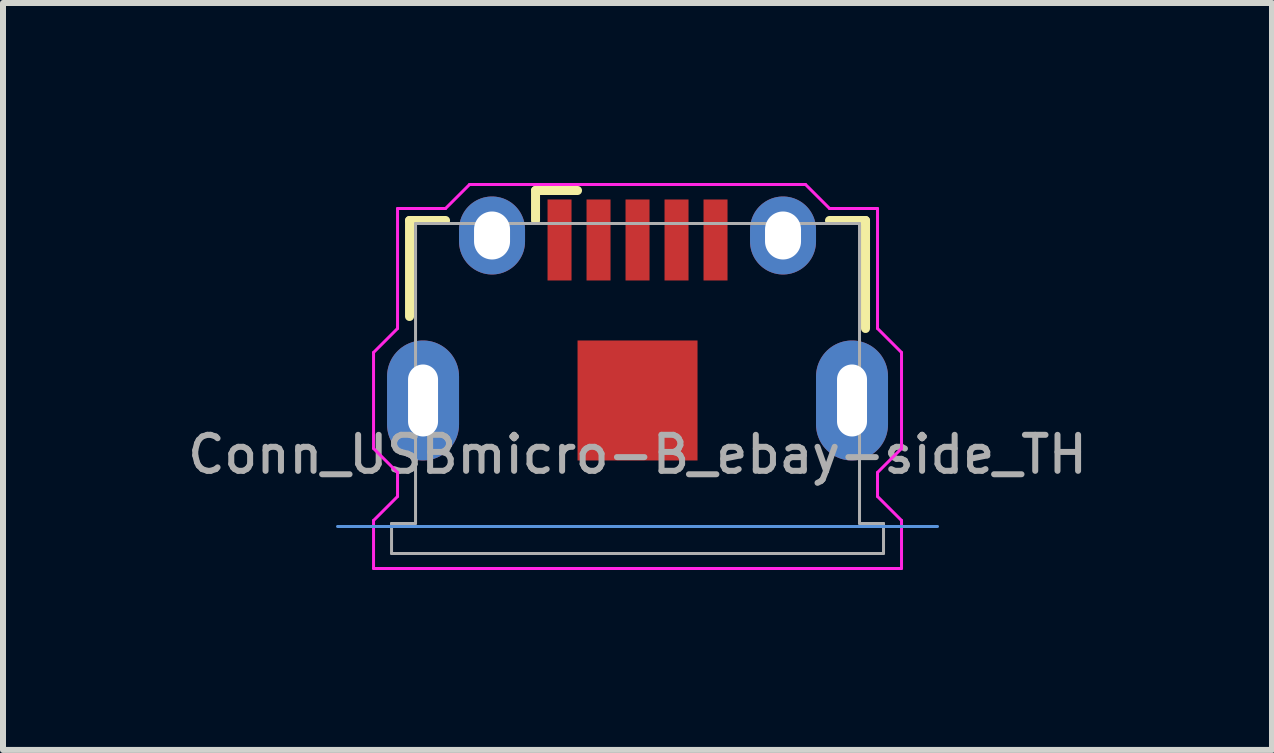
<source format=kicad_pcb>
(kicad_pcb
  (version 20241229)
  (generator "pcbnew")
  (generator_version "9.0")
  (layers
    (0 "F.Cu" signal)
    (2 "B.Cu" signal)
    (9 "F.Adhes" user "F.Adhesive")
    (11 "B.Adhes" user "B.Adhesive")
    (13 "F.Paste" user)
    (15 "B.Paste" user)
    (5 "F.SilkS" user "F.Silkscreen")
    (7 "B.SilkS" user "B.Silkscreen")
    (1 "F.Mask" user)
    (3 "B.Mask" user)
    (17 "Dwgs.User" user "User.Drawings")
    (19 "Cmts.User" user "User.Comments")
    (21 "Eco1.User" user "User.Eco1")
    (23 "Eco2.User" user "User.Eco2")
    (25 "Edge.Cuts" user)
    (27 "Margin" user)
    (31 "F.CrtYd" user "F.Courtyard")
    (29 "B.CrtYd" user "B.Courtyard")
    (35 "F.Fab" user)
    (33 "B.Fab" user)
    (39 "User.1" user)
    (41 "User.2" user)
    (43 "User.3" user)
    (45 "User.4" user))
  (footprint "Conn_USBmicro-B_ebay-side_TH"
    (layer "F.Cu")
    (at 7.576 3.625)
    (property "Reference" "Conn_USBmicro-B_ebay-side_TH" (at 0 0.9 0) (layer "F.Fab") (effects (font (size 0.6 0.6) (thickness 0.1))))
    (attr through_hole)
    (fp_line (start -3.8 -3) (end -3.2 -3) (stroke (width 0.15) (type solid)) (layer "F.SilkS"))
    (fp_line (start -3.8 -1.4) (end -3.8 -3) (stroke (width 0.15) (type solid)) (layer "F.SilkS"))
    (fp_line (start -1.7 -3.5) (end -1.7 -3) (stroke (width 0.15) (type solid)) (layer "F.SilkS"))
    (fp_line (start -1 -3.5) (end -1.7 -3.5) (stroke (width 0.15) (type solid)) (layer "F.SilkS"))
    (fp_line (start 3.8 -3) (end 3.2 -3) (stroke (width 0.15) (type solid)) (layer "F.SilkS"))
    (fp_line (start 3.8 -1.2) (end 3.8 -3) (stroke (width 0.15) (type solid)) (layer "F.SilkS"))
    (fp_line (start 5 2.1) (end -5 2.1) (stroke (width 0.05) (type solid)) (layer "Cmts.User"))
    (fp_line (start -4.4 -0.8) (end -4.4 0.8) (stroke (width 0.05) (type solid)) (layer "F.CrtYd"))
    (fp_line (start -4.4 0.8) (end -4 1.2) (stroke (width 0.05) (type solid)) (layer "F.CrtYd"))
    (fp_line (start -4.4 2) (end -4.4 2.8) (stroke (width 0.05) (type solid)) (layer "F.CrtYd"))
    (fp_line (start -4.4 2.8) (end 4.4 2.8) (stroke (width 0.05) (type solid)) (layer "F.CrtYd"))
    (fp_line (start -4 -3.2) (end -4 -1.2) (stroke (width 0.05) (type solid)) (layer "F.CrtYd"))
    (fp_line (start -4 -1.2) (end -4.4 -0.8) (stroke (width 0.05) (type solid)) (layer "F.CrtYd"))
    (fp_line (start -4 1.2) (end -4 1.6) (stroke (width 0.05) (type solid)) (layer "F.CrtYd"))
    (fp_line (start -4 1.6) (end -4.4 2) (stroke (width 0.05) (type solid)) (layer "F.CrtYd"))
    (fp_line (start -3.2 -3.2) (end -4 -3.2) (stroke (width 0.05) (type solid)) (layer "F.CrtYd"))
    (fp_line (start -2.8 -3.6) (end -3.2 -3.2) (stroke (width 0.05) (type solid)) (layer "F.CrtYd"))
    (fp_line (start 2.8 -3.6) (end -2.8 -3.6) (stroke (width 0.05) (type solid)) (layer "F.CrtYd"))
    (fp_line (start 3.2 -3.2) (end 2.8 -3.6) (stroke (width 0.05) (type solid)) (layer "F.CrtYd"))
    (fp_line (start 4 -3.2) (end 3.2 -3.2) (stroke (width 0.05) (type solid)) (layer "F.CrtYd"))
    (fp_line (start 4 -1.2) (end 4 -3.2) (stroke (width 0.05) (type solid)) (layer "F.CrtYd"))
    (fp_line (start 4 1.2) (end 4.4 0.8) (stroke (width 0.05) (type solid)) (layer "F.CrtYd"))
    (fp_line (start 4 1.6) (end 4 1.2) (stroke (width 0.05) (type solid)) (layer "F.CrtYd"))
    (fp_line (start 4.4 -0.8) (end 4 -1.2) (stroke (width 0.05) (type solid)) (layer "F.CrtYd"))
    (fp_line (start 4.4 0.8) (end 4.4 -0.8) (stroke (width 0.05) (type solid)) (layer "F.CrtYd"))
    (fp_line (start 4.4 2) (end 4 1.6) (stroke (width 0.05) (type solid)) (layer "F.CrtYd"))
    (fp_line (start 4.4 2.8) (end 4.4 2) (stroke (width 0.05) (type solid)) (layer "F.CrtYd"))
    (fp_line (start -4.1 2.05) (end -3.7 2.05) (stroke (width 0.05) (type solid)) (layer "F.Fab"))
    (fp_line (start -4.1 2.55) (end -4.1 2.05) (stroke (width 0.05) (type solid)) (layer "F.Fab"))
    (fp_line (start -4.1 2.55) (end 4.1 2.55) (stroke (width 0.05) (type solid)) (layer "F.Fab"))
    (fp_line (start -3.7 -2.95) (end -3.7 2.05) (stroke (width 0.05) (type solid)) (layer "F.Fab"))
    (fp_line (start 3.7 -2.95) (end -3.7 -2.95) (stroke (width 0.05) (type solid)) (layer "F.Fab"))
    (fp_line (start 3.7 2.05) (end 3.7 -2.95) (stroke (width 0.05) (type solid)) (layer "F.Fab"))
    (fp_line (start 4.1 2.05) (end 3.7 2.05) (stroke (width 0.05) (type solid)) (layer "F.Fab"))
    (fp_line (start 4.1 2.55) (end 4.1 2.05) (stroke (width 0.05) (type solid)) (layer "F.Fab"))
    (fp_text user "${REFERENCE}" (at -1.5 -1.7 0) (layer "Eco1.User") (effects (font (size 0.3 0.3) (thickness 0.03))))
    (pad "" thru_hole oval (at -3.575 0) (size 1.2 2) (drill oval 0.5 1.2) (layers "*.Cu" "*.Mask" "F.Paste"))
    (pad "" thru_hole oval (at -2.425 -2.75) (size 1.1 1.3) (drill oval 0.6 0.8) (layers "*.Cu" "*.Mask"))
    (pad "" smd rect (at 0 0) (size 2 2) (layers "F.Cu" "F.Mask" "F.Paste"))
    (pad "" thru_hole oval (at 2.425 -2.75) (size 1.1 1.3) (drill oval 0.6 0.8) (layers "*.Cu" "*.Mask"))
    (pad "" thru_hole oval (at 3.575 0) (size 1.2 2) (drill oval 0.5 1.2) (layers "*.Cu" "*.Mask" "F.Paste"))
    (pad "1" smd rect (at -1.3 -2.675) (size 0.4 1.35) (layers "F.Cu" "F.Mask" "F.Paste"))
    (pad "2" smd rect (at -0.65 -2.675) (size 0.4 1.35) (layers "F.Cu" "F.Mask" "F.Paste"))
    (pad "3" smd rect (at 0 -2.675) (size 0.4 1.35) (layers "F.Cu" "F.Mask" "F.Paste"))
    (pad "4" smd rect (at 0.65 -2.675) (size 0.4 1.35) (layers "F.Cu" "F.Mask" "F.Paste"))
    (pad "5" smd rect (at 1.3 -2.675) (size 0.4 1.35) (layers "F.Cu" "F.Mask" "F.Paste")))
  (gr_rect
    (start -3 -3)
    (end 18.151 9.45)
    (stroke (width 0.1) (type default))
    (fill no)
    (layer "Edge.Cuts")))
</source>
